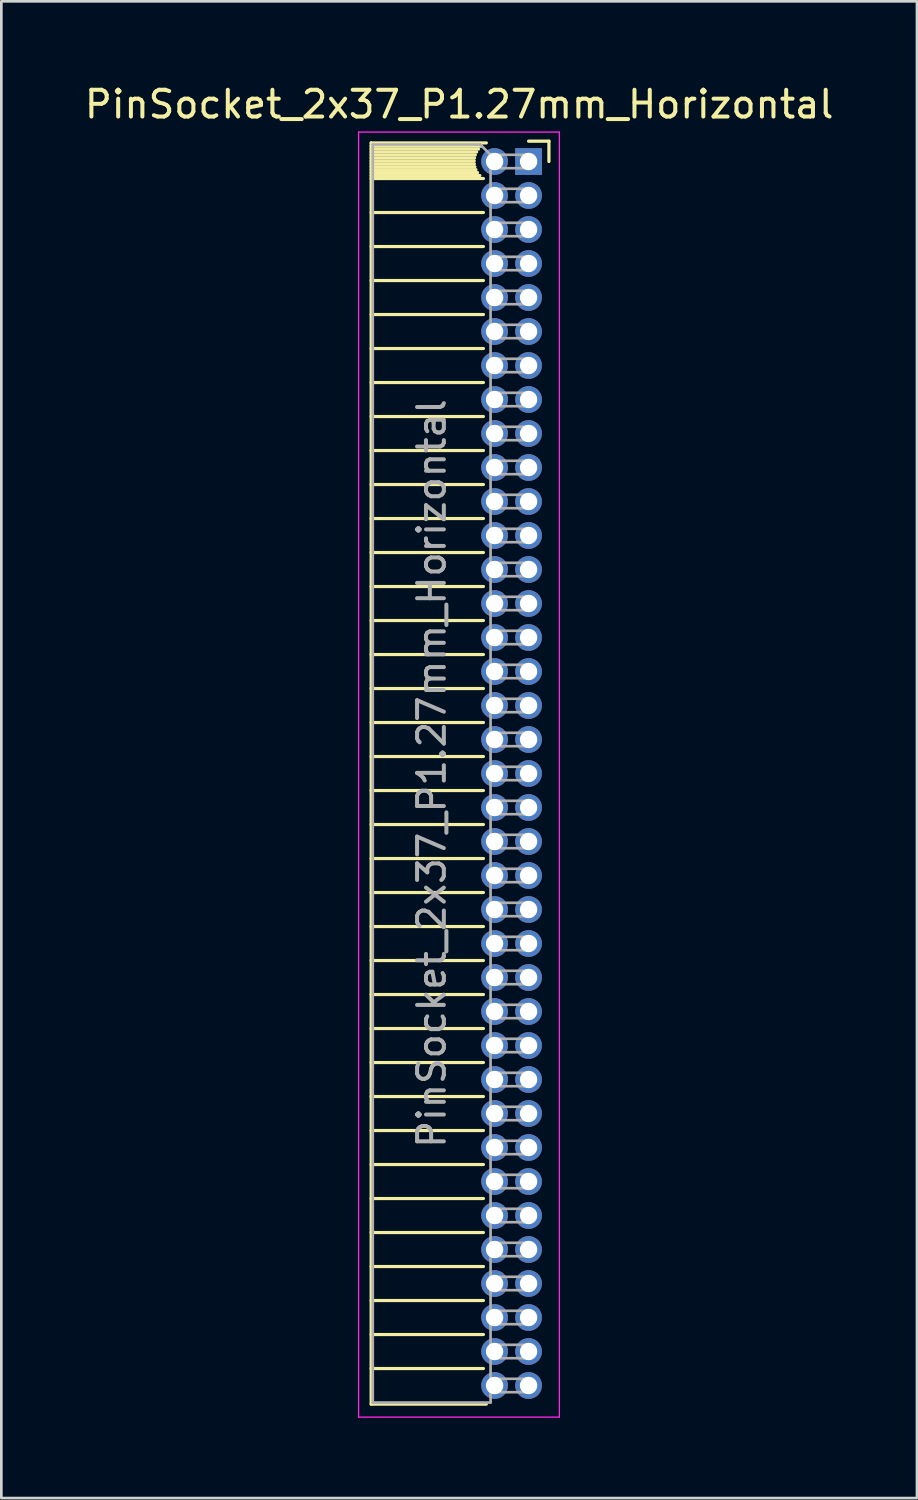
<source format=kicad_pcb>
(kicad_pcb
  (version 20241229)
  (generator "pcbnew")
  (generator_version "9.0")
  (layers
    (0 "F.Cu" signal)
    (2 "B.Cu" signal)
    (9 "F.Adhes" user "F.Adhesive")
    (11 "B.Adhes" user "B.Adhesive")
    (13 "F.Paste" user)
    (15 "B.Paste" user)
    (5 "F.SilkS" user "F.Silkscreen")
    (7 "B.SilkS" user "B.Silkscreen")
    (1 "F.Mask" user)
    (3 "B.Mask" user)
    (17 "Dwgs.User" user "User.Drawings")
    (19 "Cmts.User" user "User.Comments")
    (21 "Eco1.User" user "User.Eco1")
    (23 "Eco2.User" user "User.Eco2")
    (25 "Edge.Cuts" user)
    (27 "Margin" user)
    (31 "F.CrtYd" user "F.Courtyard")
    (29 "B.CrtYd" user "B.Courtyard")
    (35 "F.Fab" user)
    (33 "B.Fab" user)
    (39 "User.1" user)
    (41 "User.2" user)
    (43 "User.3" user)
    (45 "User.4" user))
  (footprint "PinSocket_2x37_P1.27mm_Horizontal"
    (layer "F.Cu")
    (at 16.694 2.983)
    (property "Reference" "PinSocket_2x37_P1.27mm_Horizontal" (at -2.592 -2.135 0) (layer "F.SilkS") (effects (font (size 1 1) (thickness 0.15))))
    (attr through_hole)
    (fp_line (start -5.88 -0.695) (end -5.88 46.415) (stroke (width 0.12) (type solid)) (layer "F.SilkS"))
    (fp_line (start -5.88 -0.695) (end -1.578 -0.695) (stroke (width 0.12) (type solid)) (layer "F.SilkS"))
    (fp_line (start -5.88 -0.575) (end -1.767 -0.575) (stroke (width 0.12) (type solid)) (layer "F.SilkS"))
    (fp_line (start -5.88 -0.465) (end -1.871 -0.465) (stroke (width 0.12) (type solid)) (layer "F.SilkS"))
    (fp_line (start -5.88 -0.355) (end -1.942 -0.355) (stroke (width 0.12) (type solid)) (layer "F.SilkS"))
    (fp_line (start -5.88 -0.245) (end -1.989 -0.245) (stroke (width 0.12) (type solid)) (layer "F.SilkS"))
    (fp_line (start -5.88 -0.135) (end -2.018 -0.135) (stroke (width 0.12) (type solid)) (layer "F.SilkS"))
    (fp_line (start -5.88 -0.025) (end -2.03 -0.025) (stroke (width 0.12) (type solid)) (layer "F.SilkS"))
    (fp_line (start -5.88 0.085) (end -2.025 0.085) (stroke (width 0.12) (type solid)) (layer "F.SilkS"))
    (fp_line (start -5.88 0.195) (end -2.005 0.195) (stroke (width 0.12) (type solid)) (layer "F.SilkS"))
    (fp_line (start -5.88 0.305) (end -1.966 0.305) (stroke (width 0.12) (type solid)) (layer "F.SilkS"))
    (fp_line (start -5.88 0.415) (end -1.907 0.415) (stroke (width 0.12) (type solid)) (layer "F.SilkS"))
    (fp_line (start -5.88 0.525) (end -1.82 0.525) (stroke (width 0.12) (type solid)) (layer "F.SilkS"))
    (fp_line (start -5.88 0.635) (end -1.688 0.635) (stroke (width 0.12) (type solid)) (layer "F.SilkS"))
    (fp_line (start -5.88 1.905) (end -1.688 1.905) (stroke (width 0.12) (type solid)) (layer "F.SilkS"))
    (fp_line (start -5.88 3.175) (end -1.688 3.175) (stroke (width 0.12) (type solid)) (layer "F.SilkS"))
    (fp_line (start -5.88 4.445) (end -1.688 4.445) (stroke (width 0.12) (type solid)) (layer "F.SilkS"))
    (fp_line (start -5.88 5.715) (end -1.688 5.715) (stroke (width 0.12) (type solid)) (layer "F.SilkS"))
    (fp_line (start -5.88 6.985) (end -1.688 6.985) (stroke (width 0.12) (type solid)) (layer "F.SilkS"))
    (fp_line (start -5.88 8.255) (end -1.688 8.255) (stroke (width 0.12) (type solid)) (layer "F.SilkS"))
    (fp_line (start -5.88 9.525) (end -1.688 9.525) (stroke (width 0.12) (type solid)) (layer "F.SilkS"))
    (fp_line (start -5.88 10.795) (end -1.688 10.795) (stroke (width 0.12) (type solid)) (layer "F.SilkS"))
    (fp_line (start -5.88 12.065) (end -1.688 12.065) (stroke (width 0.12) (type solid)) (layer "F.SilkS"))
    (fp_line (start -5.88 13.335) (end -1.688 13.335) (stroke (width 0.12) (type solid)) (layer "F.SilkS"))
    (fp_line (start -5.88 14.605) (end -1.688 14.605) (stroke (width 0.12) (type solid)) (layer "F.SilkS"))
    (fp_line (start -5.88 15.875) (end -1.688 15.875) (stroke (width 0.12) (type solid)) (layer "F.SilkS"))
    (fp_line (start -5.88 17.145) (end -1.688 17.145) (stroke (width 0.12) (type solid)) (layer "F.SilkS"))
    (fp_line (start -5.88 18.415) (end -1.688 18.415) (stroke (width 0.12) (type solid)) (layer "F.SilkS"))
    (fp_line (start -5.88 19.685) (end -1.688 19.685) (stroke (width 0.12) (type solid)) (layer "F.SilkS"))
    (fp_line (start -5.88 20.955) (end -1.688 20.955) (stroke (width 0.12) (type solid)) (layer "F.SilkS"))
    (fp_line (start -5.88 22.225) (end -1.688 22.225) (stroke (width 0.12) (type solid)) (layer "F.SilkS"))
    (fp_line (start -5.88 23.495) (end -1.688 23.495) (stroke (width 0.12) (type solid)) (layer "F.SilkS"))
    (fp_line (start -5.88 24.765) (end -1.688 24.765) (stroke (width 0.12) (type solid)) (layer "F.SilkS"))
    (fp_line (start -5.88 26.035) (end -1.688 26.035) (stroke (width 0.12) (type solid)) (layer "F.SilkS"))
    (fp_line (start -5.88 27.305) (end -1.688 27.305) (stroke (width 0.12) (type solid)) (layer "F.SilkS"))
    (fp_line (start -5.88 28.575) (end -1.688 28.575) (stroke (width 0.12) (type solid)) (layer "F.SilkS"))
    (fp_line (start -5.88 29.845) (end -1.688 29.845) (stroke (width 0.12) (type solid)) (layer "F.SilkS"))
    (fp_line (start -5.88 31.115) (end -1.688 31.115) (stroke (width 0.12) (type solid)) (layer "F.SilkS"))
    (fp_line (start -5.88 32.385) (end -1.688 32.385) (stroke (width 0.12) (type solid)) (layer "F.SilkS"))
    (fp_line (start -5.88 33.655) (end -1.688 33.655) (stroke (width 0.12) (type solid)) (layer "F.SilkS"))
    (fp_line (start -5.88 34.925) (end -1.688 34.925) (stroke (width 0.12) (type solid)) (layer "F.SilkS"))
    (fp_line (start -5.88 36.195) (end -1.688 36.195) (stroke (width 0.12) (type solid)) (layer "F.SilkS"))
    (fp_line (start -5.88 37.465) (end -1.688 37.465) (stroke (width 0.12) (type solid)) (layer "F.SilkS"))
    (fp_line (start -5.88 38.735) (end -1.688 38.735) (stroke (width 0.12) (type solid)) (layer "F.SilkS"))
    (fp_line (start -5.88 40.005) (end -1.688 40.005) (stroke (width 0.12) (type solid)) (layer "F.SilkS"))
    (fp_line (start -5.88 41.275) (end -1.688 41.275) (stroke (width 0.12) (type solid)) (layer "F.SilkS"))
    (fp_line (start -5.88 42.545) (end -1.688 42.545) (stroke (width 0.12) (type solid)) (layer "F.SilkS"))
    (fp_line (start -5.88 43.815) (end -1.688 43.815) (stroke (width 0.12) (type solid)) (layer "F.SilkS"))
    (fp_line (start -5.88 45.085) (end -1.688 45.085) (stroke (width 0.12) (type solid)) (layer "F.SilkS"))
    (fp_line (start -5.88 46.415) (end -1.578 46.415) (stroke (width 0.12) (type solid)) (layer "F.SilkS"))
    (fp_line (start 0 -0.76) (end 0.76 -0.76) (stroke (width 0.12) (type solid)) (layer "F.SilkS"))
    (fp_line (start 0.76 -0.76) (end 0.76 0) (stroke (width 0.12) (type solid)) (layer "F.SilkS"))
    (fp_line (start -6.35 -1.1) (end -6.35 46.9) (stroke (width 0.05) (type solid)) (layer "F.CrtYd"))
    (fp_line (start -6.35 46.9) (end 1.15 46.9) (stroke (width 0.05) (type solid)) (layer "F.CrtYd"))
    (fp_line (start 1.15 -1.1) (end -6.35 -1.1) (stroke (width 0.05) (type solid)) (layer "F.CrtYd"))
    (fp_line (start 1.15 46.9) (end 1.15 -1.1) (stroke (width 0.05) (type solid)) (layer "F.CrtYd"))
    (fp_line (start -5.82 -0.635) (end -1.805 -0.635) (stroke (width 0.1) (type solid)) (layer "F.Fab"))
    (fp_line (start -5.82 46.355) (end -5.82 -0.635) (stroke (width 0.1) (type solid)) (layer "F.Fab"))
    (fp_line (start -1.805 -0.635) (end -1.42 -0.25) (stroke (width 0.1) (type solid)) (layer "F.Fab"))
    (fp_line (start -1.42 -0.25) (end -1.42 46.355) (stroke (width 0.1) (type solid)) (layer "F.Fab"))
    (fp_line (start -1.42 0.25) (end 0 0.25) (stroke (width 0.1) (type solid)) (layer "F.Fab"))
    (fp_line (start -1.42 1.52) (end 0 1.52) (stroke (width 0.1) (type solid)) (layer "F.Fab"))
    (fp_line (start -1.42 2.79) (end 0 2.79) (stroke (width 0.1) (type solid)) (layer "F.Fab"))
    (fp_line (start -1.42 4.06) (end 0 4.06) (stroke (width 0.1) (type solid)) (layer "F.Fab"))
    (fp_line (start -1.42 5.33) (end 0 5.33) (stroke (width 0.1) (type solid)) (layer "F.Fab"))
    (fp_line (start -1.42 6.6) (end 0 6.6) (stroke (width 0.1) (type solid)) (layer "F.Fab"))
    (fp_line (start -1.42 7.87) (end 0 7.87) (stroke (width 0.1) (type solid)) (layer "F.Fab"))
    (fp_line (start -1.42 9.14) (end 0 9.14) (stroke (width 0.1) (type solid)) (layer "F.Fab"))
    (fp_line (start -1.42 10.41) (end 0 10.41) (stroke (width 0.1) (type solid)) (layer "F.Fab"))
    (fp_line (start -1.42 11.68) (end 0 11.68) (stroke (width 0.1) (type solid)) (layer "F.Fab"))
    (fp_line (start -1.42 12.95) (end 0 12.95) (stroke (width 0.1) (type solid)) (layer "F.Fab"))
    (fp_line (start -1.42 14.22) (end 0 14.22) (stroke (width 0.1) (type solid)) (layer "F.Fab"))
    (fp_line (start -1.42 15.49) (end 0 15.49) (stroke (width 0.1) (type solid)) (layer "F.Fab"))
    (fp_line (start -1.42 16.76) (end 0 16.76) (stroke (width 0.1) (type solid)) (layer "F.Fab"))
    (fp_line (start -1.42 18.03) (end 0 18.03) (stroke (width 0.1) (type solid)) (layer "F.Fab"))
    (fp_line (start -1.42 19.3) (end 0 19.3) (stroke (width 0.1) (type solid)) (layer "F.Fab"))
    (fp_line (start -1.42 20.57) (end 0 20.57) (stroke (width 0.1) (type solid)) (layer "F.Fab"))
    (fp_line (start -1.42 21.84) (end 0 21.84) (stroke (width 0.1) (type solid)) (layer "F.Fab"))
    (fp_line (start -1.42 23.11) (end 0 23.11) (stroke (width 0.1) (type solid)) (layer "F.Fab"))
    (fp_line (start -1.42 24.38) (end 0 24.38) (stroke (width 0.1) (type solid)) (layer "F.Fab"))
    (fp_line (start -1.42 25.65) (end 0 25.65) (stroke (width 0.1) (type solid)) (layer "F.Fab"))
    (fp_line (start -1.42 26.92) (end 0 26.92) (stroke (width 0.1) (type solid)) (layer "F.Fab"))
    (fp_line (start -1.42 28.19) (end 0 28.19) (stroke (width 0.1) (type solid)) (layer "F.Fab"))
    (fp_line (start -1.42 29.46) (end 0 29.46) (stroke (width 0.1) (type solid)) (layer "F.Fab"))
    (fp_line (start -1.42 30.73) (end 0 30.73) (stroke (width 0.1) (type solid)) (layer "F.Fab"))
    (fp_line (start -1.42 32) (end 0 32) (stroke (width 0.1) (type solid)) (layer "F.Fab"))
    (fp_line (start -1.42 33.27) (end 0 33.27) (stroke (width 0.1) (type solid)) (layer "F.Fab"))
    (fp_line (start -1.42 34.54) (end 0 34.54) (stroke (width 0.1) (type solid)) (layer "F.Fab"))
    (fp_line (start -1.42 35.81) (end 0 35.81) (stroke (width 0.1) (type solid)) (layer "F.Fab"))
    (fp_line (start -1.42 37.08) (end 0 37.08) (stroke (width 0.1) (type solid)) (layer "F.Fab"))
    (fp_line (start -1.42 38.35) (end 0 38.35) (stroke (width 0.1) (type solid)) (layer "F.Fab"))
    (fp_line (start -1.42 39.62) (end 0 39.62) (stroke (width 0.1) (type solid)) (layer "F.Fab"))
    (fp_line (start -1.42 40.89) (end 0 40.89) (stroke (width 0.1) (type solid)) (layer "F.Fab"))
    (fp_line (start -1.42 42.16) (end 0 42.16) (stroke (width 0.1) (type solid)) (layer "F.Fab"))
    (fp_line (start -1.42 43.43) (end 0 43.43) (stroke (width 0.1) (type solid)) (layer "F.Fab"))
    (fp_line (start -1.42 44.7) (end 0 44.7) (stroke (width 0.1) (type solid)) (layer "F.Fab"))
    (fp_line (start -1.42 45.97) (end 0 45.97) (stroke (width 0.1) (type solid)) (layer "F.Fab"))
    (fp_line (start -1.42 46.355) (end -5.82 46.355) (stroke (width 0.1) (type solid)) (layer "F.Fab"))
    (fp_line (start 0 -0.25) (end -1.42 -0.25) (stroke (width 0.1) (type solid)) (layer "F.Fab"))
    (fp_line (start 0 0.25) (end 0 -0.25) (stroke (width 0.1) (type solid)) (layer "F.Fab"))
    (fp_line (start 0 1.02) (end -1.42 1.02) (stroke (width 0.1) (type solid)) (layer "F.Fab"))
    (fp_line (start 0 1.52) (end 0 1.02) (stroke (width 0.1) (type solid)) (layer "F.Fab"))
    (fp_line (start 0 2.29) (end -1.42 2.29) (stroke (width 0.1) (type solid)) (layer "F.Fab"))
    (fp_line (start 0 2.79) (end 0 2.29) (stroke (width 0.1) (type solid)) (layer "F.Fab"))
    (fp_line (start 0 3.56) (end -1.42 3.56) (stroke (width 0.1) (type solid)) (layer "F.Fab"))
    (fp_line (start 0 4.06) (end 0 3.56) (stroke (width 0.1) (type solid)) (layer "F.Fab"))
    (fp_line (start 0 4.83) (end -1.42 4.83) (stroke (width 0.1) (type solid)) (layer "F.Fab"))
    (fp_line (start 0 5.33) (end 0 4.83) (stroke (width 0.1) (type solid)) (layer "F.Fab"))
    (fp_line (start 0 6.1) (end -1.42 6.1) (stroke (width 0.1) (type solid)) (layer "F.Fab"))
    (fp_line (start 0 6.6) (end 0 6.1) (stroke (width 0.1) (type solid)) (layer "F.Fab"))
    (fp_line (start 0 7.37) (end -1.42 7.37) (stroke (width 0.1) (type solid)) (layer "F.Fab"))
    (fp_line (start 0 7.87) (end 0 7.37) (stroke (width 0.1) (type solid)) (layer "F.Fab"))
    (fp_line (start 0 8.64) (end -1.42 8.64) (stroke (width 0.1) (type solid)) (layer "F.Fab"))
    (fp_line (start 0 9.14) (end 0 8.64) (stroke (width 0.1) (type solid)) (layer "F.Fab"))
    (fp_line (start 0 9.91) (end -1.42 9.91) (stroke (width 0.1) (type solid)) (layer "F.Fab"))
    (fp_line (start 0 10.41) (end 0 9.91) (stroke (width 0.1) (type solid)) (layer "F.Fab"))
    (fp_line (start 0 11.18) (end -1.42 11.18) (stroke (width 0.1) (type solid)) (layer "F.Fab"))
    (fp_line (start 0 11.68) (end 0 11.18) (stroke (width 0.1) (type solid)) (layer "F.Fab"))
    (fp_line (start 0 12.45) (end -1.42 12.45) (stroke (width 0.1) (type solid)) (layer "F.Fab"))
    (fp_line (start 0 12.95) (end 0 12.45) (stroke (width 0.1) (type solid)) (layer "F.Fab"))
    (fp_line (start 0 13.72) (end -1.42 13.72) (stroke (width 0.1) (type solid)) (layer "F.Fab"))
    (fp_line (start 0 14.22) (end 0 13.72) (stroke (width 0.1) (type solid)) (layer "F.Fab"))
    (fp_line (start 0 14.99) (end -1.42 14.99) (stroke (width 0.1) (type solid)) (layer "F.Fab"))
    (fp_line (start 0 15.49) (end 0 14.99) (stroke (width 0.1) (type solid)) (layer "F.Fab"))
    (fp_line (start 0 16.26) (end -1.42 16.26) (stroke (width 0.1) (type solid)) (layer "F.Fab"))
    (fp_line (start 0 16.76) (end 0 16.26) (stroke (width 0.1) (type solid)) (layer "F.Fab"))
    (fp_line (start 0 17.53) (end -1.42 17.53) (stroke (width 0.1) (type solid)) (layer "F.Fab"))
    (fp_line (start 0 18.03) (end 0 17.53) (stroke (width 0.1) (type solid)) (layer "F.Fab"))
    (fp_line (start 0 18.8) (end -1.42 18.8) (stroke (width 0.1) (type solid)) (layer "F.Fab"))
    (fp_line (start 0 19.3) (end 0 18.8) (stroke (width 0.1) (type solid)) (layer "F.Fab"))
    (fp_line (start 0 20.07) (end -1.42 20.07) (stroke (width 0.1) (type solid)) (layer "F.Fab"))
    (fp_line (start 0 20.57) (end 0 20.07) (stroke (width 0.1) (type solid)) (layer "F.Fab"))
    (fp_line (start 0 21.34) (end -1.42 21.34) (stroke (width 0.1) (type solid)) (layer "F.Fab"))
    (fp_line (start 0 21.84) (end 0 21.34) (stroke (width 0.1) (type solid)) (layer "F.Fab"))
    (fp_line (start 0 22.61) (end -1.42 22.61) (stroke (width 0.1) (type solid)) (layer "F.Fab"))
    (fp_line (start 0 23.11) (end 0 22.61) (stroke (width 0.1) (type solid)) (layer "F.Fab"))
    (fp_line (start 0 23.88) (end -1.42 23.88) (stroke (width 0.1) (type solid)) (layer "F.Fab"))
    (fp_line (start 0 24.38) (end 0 23.88) (stroke (width 0.1) (type solid)) (layer "F.Fab"))
    (fp_line (start 0 25.15) (end -1.42 25.15) (stroke (width 0.1) (type solid)) (layer "F.Fab"))
    (fp_line (start 0 25.65) (end 0 25.15) (stroke (width 0.1) (type solid)) (layer "F.Fab"))
    (fp_line (start 0 26.42) (end -1.42 26.42) (stroke (width 0.1) (type solid)) (layer "F.Fab"))
    (fp_line (start 0 26.92) (end 0 26.42) (stroke (width 0.1) (type solid)) (layer "F.Fab"))
    (fp_line (start 0 27.69) (end -1.42 27.69) (stroke (width 0.1) (type solid)) (layer "F.Fab"))
    (fp_line (start 0 28.19) (end 0 27.69) (stroke (width 0.1) (type solid)) (layer "F.Fab"))
    (fp_line (start 0 28.96) (end -1.42 28.96) (stroke (width 0.1) (type solid)) (layer "F.Fab"))
    (fp_line (start 0 29.46) (end 0 28.96) (stroke (width 0.1) (type solid)) (layer "F.Fab"))
    (fp_line (start 0 30.23) (end -1.42 30.23) (stroke (width 0.1) (type solid)) (layer "F.Fab"))
    (fp_line (start 0 30.73) (end 0 30.23) (stroke (width 0.1) (type solid)) (layer "F.Fab"))
    (fp_line (start 0 31.5) (end -1.42 31.5) (stroke (width 0.1) (type solid)) (layer "F.Fab"))
    (fp_line (start 0 32) (end 0 31.5) (stroke (width 0.1) (type solid)) (layer "F.Fab"))
    (fp_line (start 0 32.77) (end -1.42 32.77) (stroke (width 0.1) (type solid)) (layer "F.Fab"))
    (fp_line (start 0 33.27) (end 0 32.77) (stroke (width 0.1) (type solid)) (layer "F.Fab"))
    (fp_line (start 0 34.04) (end -1.42 34.04) (stroke (width 0.1) (type solid)) (layer "F.Fab"))
    (fp_line (start 0 34.54) (end 0 34.04) (stroke (width 0.1) (type solid)) (layer "F.Fab"))
    (fp_line (start 0 35.31) (end -1.42 35.31) (stroke (width 0.1) (type solid)) (layer "F.Fab"))
    (fp_line (start 0 35.81) (end 0 35.31) (stroke (width 0.1) (type solid)) (layer "F.Fab"))
    (fp_line (start 0 36.58) (end -1.42 36.58) (stroke (width 0.1) (type solid)) (layer "F.Fab"))
    (fp_line (start 0 37.08) (end 0 36.58) (stroke (width 0.1) (type solid)) (layer "F.Fab"))
    (fp_line (start 0 37.85) (end -1.42 37.85) (stroke (width 0.1) (type solid)) (layer "F.Fab"))
    (fp_line (start 0 38.35) (end 0 37.85) (stroke (width 0.1) (type solid)) (layer "F.Fab"))
    (fp_line (start 0 39.12) (end -1.42 39.12) (stroke (width 0.1) (type solid)) (layer "F.Fab"))
    (fp_line (start 0 39.62) (end 0 39.12) (stroke (width 0.1) (type solid)) (layer "F.Fab"))
    (fp_line (start 0 40.39) (end -1.42 40.39) (stroke (width 0.1) (type solid)) (layer "F.Fab"))
    (fp_line (start 0 40.89) (end 0 40.39) (stroke (width 0.1) (type solid)) (layer "F.Fab"))
    (fp_line (start 0 41.66) (end -1.42 41.66) (stroke (width 0.1) (type solid)) (layer "F.Fab"))
    (fp_line (start 0 42.16) (end 0 41.66) (stroke (width 0.1) (type solid)) (layer "F.Fab"))
    (fp_line (start 0 42.93) (end -1.42 42.93) (stroke (width 0.1) (type solid)) (layer "F.Fab"))
    (fp_line (start 0 43.43) (end 0 42.93) (stroke (width 0.1) (type solid)) (layer "F.Fab"))
    (fp_line (start 0 44.2) (end -1.42 44.2) (stroke (width 0.1) (type solid)) (layer "F.Fab"))
    (fp_line (start 0 44.7) (end 0 44.2) (stroke (width 0.1) (type solid)) (layer "F.Fab"))
    (fp_line (start 0 45.47) (end -1.42 45.47) (stroke (width 0.1) (type solid)) (layer "F.Fab"))
    (fp_line (start 0 45.97) (end 0 45.47) (stroke (width 0.1) (type solid)) (layer "F.Fab"))
    (fp_text user "${REFERENCE}" (at -3.62 22.86 90) (layer "F.Fab") (effects (font (size 1 1) (thickness 0.15))))
    (pad "1" thru_hole rect (at 0 0) (size 1 1) (drill 0.65) (layers "*.Cu" "*.Mask"))
    (pad "2" thru_hole circle (at -1.27 0) (size 1 1) (drill 0.65) (layers "*.Cu" "*.Mask"))
    (pad "3" thru_hole circle (at 0 1.27) (size 1 1) (drill 0.65) (layers "*.Cu" "*.Mask"))
    (pad "4" thru_hole circle (at -1.27 1.27) (size 1 1) (drill 0.65) (layers "*.Cu" "*.Mask"))
    (pad "5" thru_hole circle (at 0 2.54) (size 1 1) (drill 0.65) (layers "*.Cu" "*.Mask"))
    (pad "6" thru_hole circle (at -1.27 2.54) (size 1 1) (drill 0.65) (layers "*.Cu" "*.Mask"))
    (pad "7" thru_hole circle (at 0 3.81) (size 1 1) (drill 0.65) (layers "*.Cu" "*.Mask"))
    (pad "8" thru_hole circle (at -1.27 3.81) (size 1 1) (drill 0.65) (layers "*.Cu" "*.Mask"))
    (pad "9" thru_hole circle (at 0 5.08) (size 1 1) (drill 0.65) (layers "*.Cu" "*.Mask"))
    (pad "10" thru_hole circle (at -1.27 5.08) (size 1 1) (drill 0.65) (layers "*.Cu" "*.Mask"))
    (pad "11" thru_hole circle (at 0 6.35) (size 1 1) (drill 0.65) (layers "*.Cu" "*.Mask"))
    (pad "12" thru_hole circle (at -1.27 6.35) (size 1 1) (drill 0.65) (layers "*.Cu" "*.Mask"))
    (pad "13" thru_hole circle (at 0 7.62) (size 1 1) (drill 0.65) (layers "*.Cu" "*.Mask"))
    (pad "14" thru_hole circle (at -1.27 7.62) (size 1 1) (drill 0.65) (layers "*.Cu" "*.Mask"))
    (pad "15" thru_hole circle (at 0 8.89) (size 1 1) (drill 0.65) (layers "*.Cu" "*.Mask"))
    (pad "16" thru_hole circle (at -1.27 8.89) (size 1 1) (drill 0.65) (layers "*.Cu" "*.Mask"))
    (pad "17" thru_hole circle (at 0 10.16) (size 1 1) (drill 0.65) (layers "*.Cu" "*.Mask"))
    (pad "18" thru_hole circle (at -1.27 10.16) (size 1 1) (drill 0.65) (layers "*.Cu" "*.Mask"))
    (pad "19" thru_hole circle (at 0 11.43) (size 1 1) (drill 0.65) (layers "*.Cu" "*.Mask"))
    (pad "20" thru_hole circle (at -1.27 11.43) (size 1 1) (drill 0.65) (layers "*.Cu" "*.Mask"))
    (pad "21" thru_hole circle (at 0 12.7) (size 1 1) (drill 0.65) (layers "*.Cu" "*.Mask"))
    (pad "22" thru_hole circle (at -1.27 12.7) (size 1 1) (drill 0.65) (layers "*.Cu" "*.Mask"))
    (pad "23" thru_hole circle (at 0 13.97) (size 1 1) (drill 0.65) (layers "*.Cu" "*.Mask"))
    (pad "24" thru_hole circle (at -1.27 13.97) (size 1 1) (drill 0.65) (layers "*.Cu" "*.Mask"))
    (pad "25" thru_hole circle (at 0 15.24) (size 1 1) (drill 0.65) (layers "*.Cu" "*.Mask"))
    (pad "26" thru_hole circle (at -1.27 15.24) (size 1 1) (drill 0.65) (layers "*.Cu" "*.Mask"))
    (pad "27" thru_hole circle (at 0 16.51) (size 1 1) (drill 0.65) (layers "*.Cu" "*.Mask"))
    (pad "28" thru_hole circle (at -1.27 16.51) (size 1 1) (drill 0.65) (layers "*.Cu" "*.Mask"))
    (pad "29" thru_hole circle (at 0 17.78) (size 1 1) (drill 0.65) (layers "*.Cu" "*.Mask"))
    (pad "30" thru_hole circle (at -1.27 17.78) (size 1 1) (drill 0.65) (layers "*.Cu" "*.Mask"))
    (pad "31" thru_hole circle (at 0 19.05) (size 1 1) (drill 0.65) (layers "*.Cu" "*.Mask"))
    (pad "32" thru_hole circle (at -1.27 19.05) (size 1 1) (drill 0.65) (layers "*.Cu" "*.Mask"))
    (pad "33" thru_hole circle (at 0 20.32) (size 1 1) (drill 0.65) (layers "*.Cu" "*.Mask"))
    (pad "34" thru_hole circle (at -1.27 20.32) (size 1 1) (drill 0.65) (layers "*.Cu" "*.Mask"))
    (pad "35" thru_hole circle (at 0 21.59) (size 1 1) (drill 0.65) (layers "*.Cu" "*.Mask"))
    (pad "36" thru_hole circle (at -1.27 21.59) (size 1 1) (drill 0.65) (layers "*.Cu" "*.Mask"))
    (pad "37" thru_hole circle (at 0 22.86) (size 1 1) (drill 0.65) (layers "*.Cu" "*.Mask"))
    (pad "38" thru_hole circle (at -1.27 22.86) (size 1 1) (drill 0.65) (layers "*.Cu" "*.Mask"))
    (pad "39" thru_hole circle (at 0 24.13) (size 1 1) (drill 0.65) (layers "*.Cu" "*.Mask"))
    (pad "40" thru_hole circle (at -1.27 24.13) (size 1 1) (drill 0.65) (layers "*.Cu" "*.Mask"))
    (pad "41" thru_hole circle (at 0 25.4) (size 1 1) (drill 0.65) (layers "*.Cu" "*.Mask"))
    (pad "42" thru_hole circle (at -1.27 25.4) (size 1 1) (drill 0.65) (layers "*.Cu" "*.Mask"))
    (pad "43" thru_hole circle (at 0 26.67) (size 1 1) (drill 0.65) (layers "*.Cu" "*.Mask"))
    (pad "44" thru_hole circle (at -1.27 26.67) (size 1 1) (drill 0.65) (layers "*.Cu" "*.Mask"))
    (pad "45" thru_hole circle (at 0 27.94) (size 1 1) (drill 0.65) (layers "*.Cu" "*.Mask"))
    (pad "46" thru_hole circle (at -1.27 27.94) (size 1 1) (drill 0.65) (layers "*.Cu" "*.Mask"))
    (pad "47" thru_hole circle (at 0 29.21) (size 1 1) (drill 0.65) (layers "*.Cu" "*.Mask"))
    (pad "48" thru_hole circle (at -1.27 29.21) (size 1 1) (drill 0.65) (layers "*.Cu" "*.Mask"))
    (pad "49" thru_hole circle (at 0 30.48) (size 1 1) (drill 0.65) (layers "*.Cu" "*.Mask"))
    (pad "50" thru_hole circle (at -1.27 30.48) (size 1 1) (drill 0.65) (layers "*.Cu" "*.Mask"))
    (pad "51" thru_hole circle (at 0 31.75) (size 1 1) (drill 0.65) (layers "*.Cu" "*.Mask"))
    (pad "52" thru_hole circle (at -1.27 31.75) (size 1 1) (drill 0.65) (layers "*.Cu" "*.Mask"))
    (pad "53" thru_hole circle (at 0 33.02) (size 1 1) (drill 0.65) (layers "*.Cu" "*.Mask"))
    (pad "54" thru_hole circle (at -1.27 33.02) (size 1 1) (drill 0.65) (layers "*.Cu" "*.Mask"))
    (pad "55" thru_hole circle (at 0 34.29) (size 1 1) (drill 0.65) (layers "*.Cu" "*.Mask"))
    (pad "56" thru_hole circle (at -1.27 34.29) (size 1 1) (drill 0.65) (layers "*.Cu" "*.Mask"))
    (pad "57" thru_hole circle (at 0 35.56) (size 1 1) (drill 0.65) (layers "*.Cu" "*.Mask"))
    (pad "58" thru_hole circle (at -1.27 35.56) (size 1 1) (drill 0.65) (layers "*.Cu" "*.Mask"))
    (pad "59" thru_hole circle (at 0 36.83) (size 1 1) (drill 0.65) (layers "*.Cu" "*.Mask"))
    (pad "60" thru_hole circle (at -1.27 36.83) (size 1 1) (drill 0.65) (layers "*.Cu" "*.Mask"))
    (pad "61" thru_hole circle (at 0 38.1) (size 1 1) (drill 0.65) (layers "*.Cu" "*.Mask"))
    (pad "62" thru_hole circle (at -1.27 38.1) (size 1 1) (drill 0.65) (layers "*.Cu" "*.Mask"))
    (pad "63" thru_hole circle (at 0 39.37) (size 1 1) (drill 0.65) (layers "*.Cu" "*.Mask"))
    (pad "64" thru_hole circle (at -1.27 39.37) (size 1 1) (drill 0.65) (layers "*.Cu" "*.Mask"))
    (pad "65" thru_hole circle (at 0 40.64) (size 1 1) (drill 0.65) (layers "*.Cu" "*.Mask"))
    (pad "66" thru_hole circle (at -1.27 40.64) (size 1 1) (drill 0.65) (layers "*.Cu" "*.Mask"))
    (pad "67" thru_hole circle (at 0 41.91) (size 1 1) (drill 0.65) (layers "*.Cu" "*.Mask"))
    (pad "68" thru_hole circle (at -1.27 41.91) (size 1 1) (drill 0.65) (layers "*.Cu" "*.Mask"))
    (pad "69" thru_hole circle (at 0 43.18) (size 1 1) (drill 0.65) (layers "*.Cu" "*.Mask"))
    (pad "70" thru_hole circle (at -1.27 43.18) (size 1 1) (drill 0.65) (layers "*.Cu" "*.Mask"))
    (pad "71" thru_hole circle (at 0 44.45) (size 1 1) (drill 0.65) (layers "*.Cu" "*.Mask"))
    (pad "72" thru_hole circle (at -1.27 44.45) (size 1 1) (drill 0.65) (layers "*.Cu" "*.Mask"))
    (pad "73" thru_hole circle (at 0 45.72) (size 1 1) (drill 0.65) (layers "*.Cu" "*.Mask"))
    (pad "74" thru_hole circle (at -1.27 45.72) (size 1 1) (drill 0.65) (layers "*.Cu" "*.Mask")))
  (gr_rect
    (start -3 -3)
    (end 31.202 52.908)
    (stroke (width 0.1) (type default))
    (fill no)
    (layer "Edge.Cuts")))
</source>
